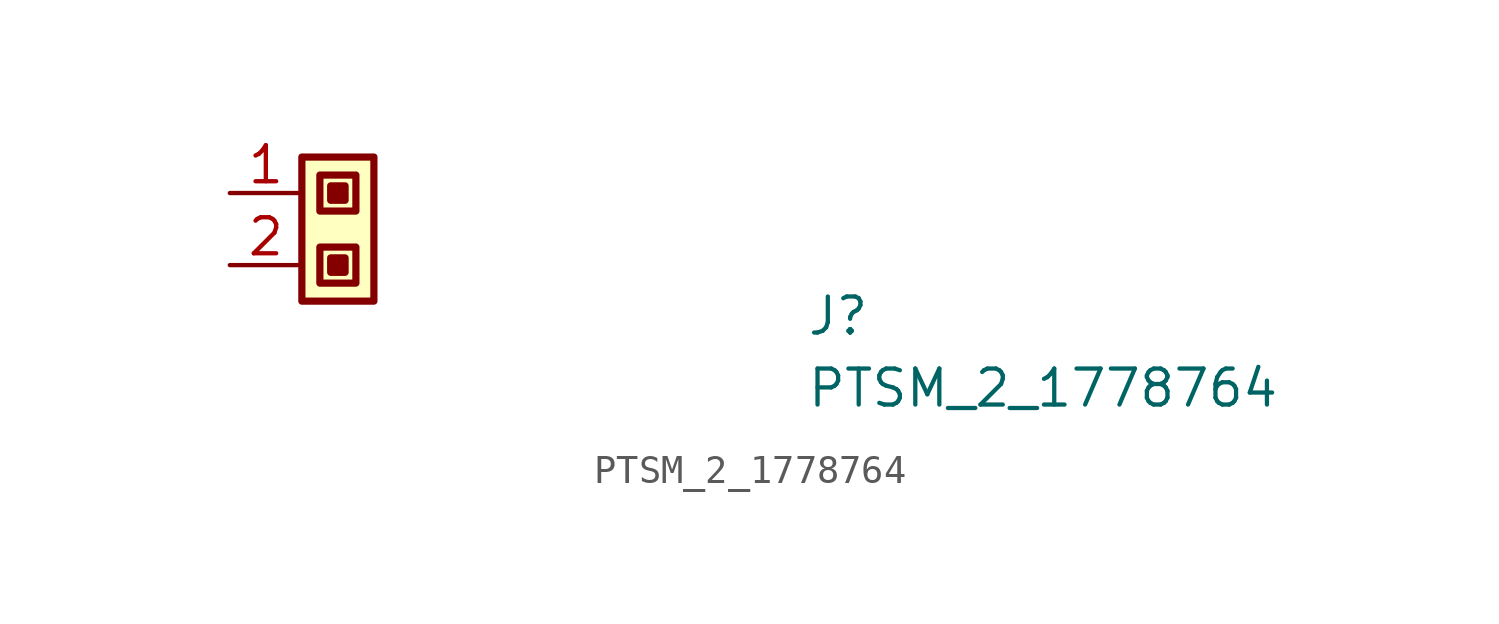
<source format=kicad_sym>
(kicad_symbol_lib
  (version 20211014)
  (generator kicad_symbol_editor)
  (symbol "PTSM_2_1778764"
    (property "Reference" "J"
      (at 20.32 -5.08 0)
      (effects (font (size 1.27 1.27) (thickness 0.15)) (justify left bottom)))
    (property "Value" "PTSM_2_1778764"
      (at 20.32 -7.62 0)
      (effects (font (size 1.27 1.27) (thickness 0.15)) (justify left bottom)))
    (symbol "PTSM_2_1778764_1_1"
      (rectangle (start 2.54 1.27) (end 5.08 -3.81) (stroke (width 0.254) (type default) (color 0 0 0 0)) (fill (type background)))
      (rectangle (start 3.175 -1.905) (end 4.445 -3.175) (stroke (width 0.254) (type default) (color 0 0 0 0)) (fill (type background)))
      (rectangle (start 3.175 0.635) (end 4.445 -0.635) (stroke (width 0.254) (type default) (color 0 0 0 0)) (fill (type background)))
      (rectangle (start 3.556 -2.286) (end 4.064 -2.794) (stroke (width 0.254) (type default) (color 0 0 0 0)) (fill (type outline)))
      (rectangle (start 3.556 0.254) (end 4.064 -0.254) (stroke (width 0.254) (type default) (color 0 0 0 0)) (fill (type outline)))
      (pin input line (at 0 0 0) (length 2.54) (name "~" (effects (font (size 1.27 1.27)))) (number "1" (effects (font (size 1.27 1.27)))))
      (pin input line (at 0 -2.54 0) (length 2.54) (name "~" (effects (font (size 1.27 1.27)))) (number "2" (effects (font (size 1.27 1.27))))))))
</source>
